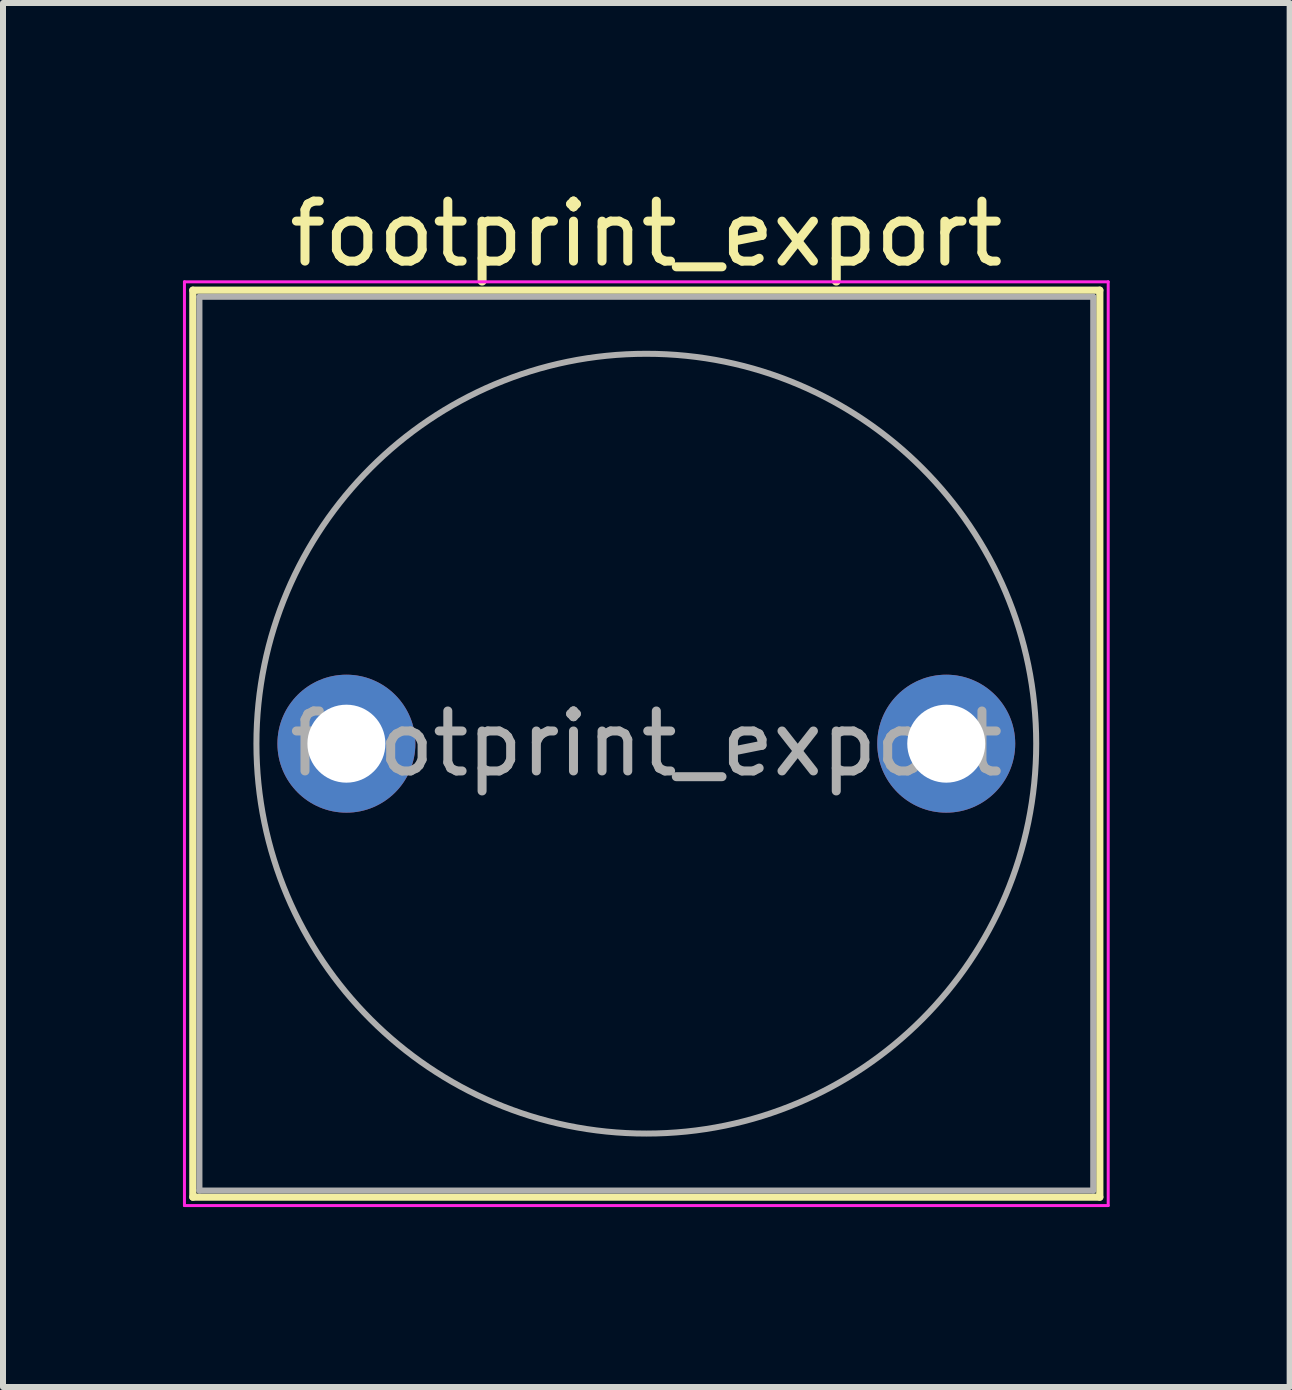
<source format=kicad_pcb>
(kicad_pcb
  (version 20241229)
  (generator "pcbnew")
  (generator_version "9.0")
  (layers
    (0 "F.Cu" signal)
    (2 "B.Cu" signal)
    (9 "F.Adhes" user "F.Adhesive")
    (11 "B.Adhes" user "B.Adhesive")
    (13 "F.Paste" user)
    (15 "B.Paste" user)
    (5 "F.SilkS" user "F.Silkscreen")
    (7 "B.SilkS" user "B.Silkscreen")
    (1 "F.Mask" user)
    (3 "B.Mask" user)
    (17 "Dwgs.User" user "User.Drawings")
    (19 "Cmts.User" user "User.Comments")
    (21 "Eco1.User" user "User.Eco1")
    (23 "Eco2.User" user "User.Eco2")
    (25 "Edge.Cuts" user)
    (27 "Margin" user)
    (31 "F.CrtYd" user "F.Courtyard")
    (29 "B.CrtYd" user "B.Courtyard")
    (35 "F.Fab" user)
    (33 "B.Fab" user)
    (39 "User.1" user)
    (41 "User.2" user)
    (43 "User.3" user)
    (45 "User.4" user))
  (footprint "footprint_export"
    (layer "F.Cu")
    (at 2.725 9.348)
    (property "Reference" "footprint_export" (at 5 -8.5 0) (layer "F.SilkS") (effects (font (size 1 1) (thickness 0.15))))
    (attr through_hole)
    (fp_line (start -2.56 -7.56) (end 12.56 -7.56) (stroke (width 0.12) (type solid)) (layer "F.SilkS"))
    (fp_line (start -2.56 7.56) (end -2.56 -7.56) (stroke (width 0.12) (type solid)) (layer "F.SilkS"))
    (fp_line (start 12.56 -7.56) (end 12.56 7.56) (stroke (width 0.12) (type solid)) (layer "F.SilkS"))
    (fp_line (start 12.56 7.56) (end -2.56 7.56) (stroke (width 0.12) (type solid)) (layer "F.SilkS"))
    (fp_line (start -2.7 -7.7) (end 12.7 -7.7) (stroke (width 0.05) (type solid)) (layer "F.CrtYd"))
    (fp_line (start -2.7 7.7) (end -2.7 -7.7) (stroke (width 0.05) (type solid)) (layer "F.CrtYd"))
    (fp_line (start 12.7 -7.7) (end 12.7 7.7) (stroke (width 0.05) (type solid)) (layer "F.CrtYd"))
    (fp_line (start 12.7 7.7) (end -2.7 7.7) (stroke (width 0.05) (type solid)) (layer "F.CrtYd"))
    (fp_line (start -2.45 -7.45) (end 12.45 -7.45) (stroke (width 0.1) (type solid)) (layer "F.Fab"))
    (fp_line (start -2.45 7.45) (end -2.45 -7.45) (stroke (width 0.1) (type solid)) (layer "F.Fab"))
    (fp_line (start 12.45 -7.45) (end 12.45 7.45) (stroke (width 0.1) (type solid)) (layer "F.Fab"))
    (fp_line (start 12.45 7.45) (end -2.45 7.45) (stroke (width 0.1) (type solid)) (layer "F.Fab"))
    (fp_circle (center 5 0) (end 11.5 0) (stroke (width 0.1) (type solid)) (fill no) (layer "F.Fab"))
    (fp_text user "${REFERENCE}" (at 5 0 0) (layer "F.Fab") (effects (font (size 1 1) (thickness 0.15))))
    (pad "1" thru_hole circle (at 0 0) (size 2.3 2.3) (drill 1.3) (layers "*.Cu" "*.Mask"))
    (pad "2" thru_hole circle (at 10 0) (size 2.3 2.3) (drill 1.3) (layers "*.Cu" "*.Mask")))
  (gr_rect
    (start -3 -3)
    (end 18.45 20.073)
    (stroke (width 0.1) (type default))
    (fill no)
    (layer "Edge.Cuts")))
</source>
